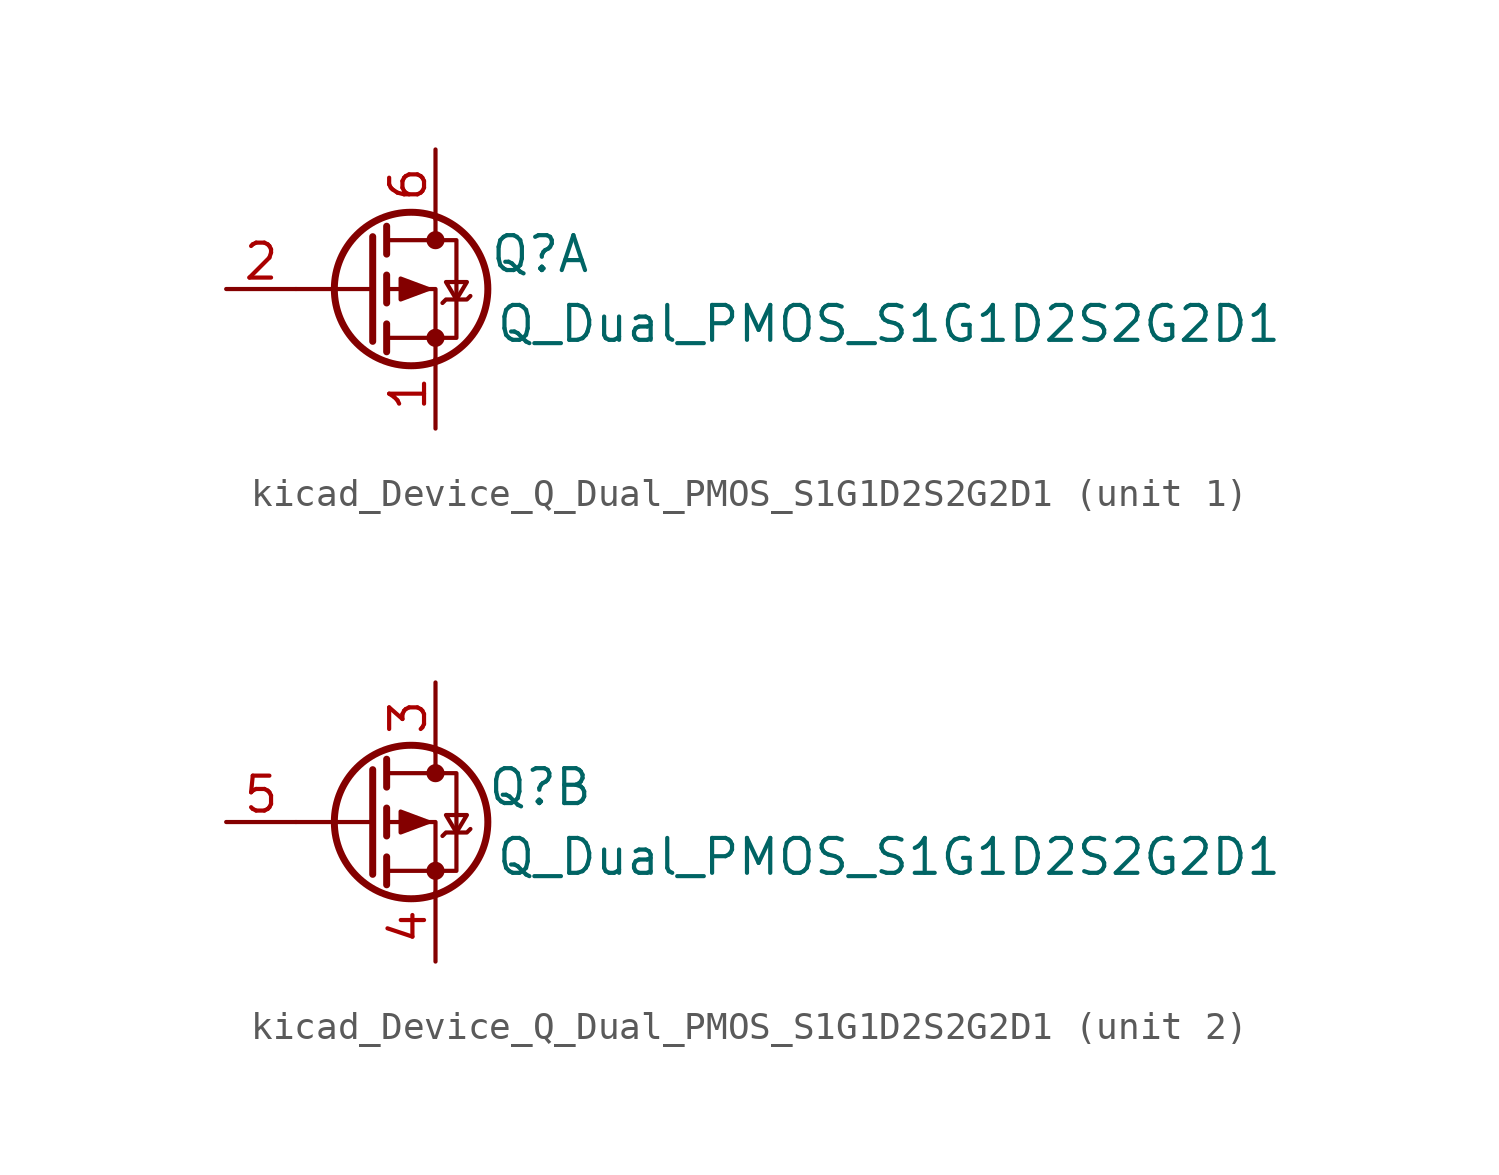
<source format=kicad_sym>
(kicad_symbol_lib
  (version 20220914)
  (generator kicad_symbol_editor)
  (symbol "kicad_Device_Q_Dual_PMOS_S1G1D2S2G2D1"
    (pin_names
      (offset 0) hide)
    (property "Reference" "Q"
      (at 6.35 1.27 0)
      (effects (font (size 1.27 1.27))))
    (property "Value" "Q_Dual_PMOS_S1G1D2S2G2D1"
      (at 19.05 -1.27 0)
      (effects (font (size 1.27 1.27))))
    (symbol "kicad_Device_Q_Dual_PMOS_S1G1D2S2G2D1_0_1"
      (polyline (pts (xy 0.254 0) (xy -2.54 0)) (stroke (width 0) (type default)) (fill (type none)))
      (polyline (pts (xy 0.254 1.905) (xy 0.254 -1.905)) (stroke (width 0.254) (type default)) (fill (type none)))
      (polyline (pts (xy 0.762 -1.27) (xy 0.762 -2.286)) (stroke (width 0.254) (type default)) (fill (type none)))
      (polyline (pts (xy 0.762 0.508) (xy 0.762 -0.508)) (stroke (width 0.254) (type default)) (fill (type none)))
      (polyline (pts (xy 0.762 2.286) (xy 0.762 1.27)) (stroke (width 0.254) (type default)) (fill (type none)))
      (polyline (pts (xy 2.54 2.54) (xy 2.54 1.778)) (stroke (width 0) (type default)) (fill (type none)))
      (polyline (pts (xy 2.54 -2.54) (xy 2.54 0) (xy 0.762 0)) (stroke (width 0) (type default)) (fill (type none)))
      (polyline (pts (xy 0.762 1.778) (xy 3.302 1.778) (xy 3.302 -1.778) (xy 0.762 -1.778)) (stroke (width 0) (type default)) (fill (type none)))
      (polyline (pts (xy 2.286 0) (xy 1.27 0.381) (xy 1.27 -0.381) (xy 2.286 0)) (stroke (width 0) (type default)) (fill (type outline)))
      (polyline (pts (xy 2.794 -0.508) (xy 2.921 -0.381) (xy 3.683 -0.381) (xy 3.81 -0.254)) (stroke (width 0) (type default)) (fill (type none)))
      (polyline (pts (xy 3.302 -0.381) (xy 2.921 0.254) (xy 3.683 0.254) (xy 3.302 -0.381)) (stroke (width 0) (type default)) (fill (type none)))
      (circle (center 1.651 0) (radius 2.794) (stroke (width 0.254) (type default)) (fill (type none)))
      (circle (center 2.54 -1.778) (radius 0.254) (stroke (width 0) (type default)) (fill (type outline)))
      (circle (center 2.54 1.778) (radius 0.254) (stroke (width 0) (type default)) (fill (type outline))))
    (symbol "kicad_Device_Q_Dual_PMOS_S1G1D2S2G2D1_1_1"
      (pin passive line (at 2.54 -5.08 90) (length 2.54) (name "S" (effects (font (size 1.27 1.27)))) (number "1" (effects (font (size 1.27 1.27)))))
      (pin input line (at -5.08 0 0) (length 2.54) (name "G" (effects (font (size 1.27 1.27)))) (number "2" (effects (font (size 1.27 1.27)))))
      (pin passive line (at 2.54 5.08 270) (length 2.54) (name "D" (effects (font (size 1.27 1.27)))) (number "6" (effects (font (size 1.27 1.27))))))
    (symbol "kicad_Device_Q_Dual_PMOS_S1G1D2S2G2D1_2_1"
      (pin passive line (at 2.54 5.08 270) (length 2.54) (name "D" (effects (font (size 1.27 1.27)))) (number "3" (effects (font (size 1.27 1.27)))))
      (pin passive line (at 2.54 -5.08 90) (length 2.54) (name "S" (effects (font (size 1.27 1.27)))) (number "4" (effects (font (size 1.27 1.27)))))
      (pin input line (at -5.08 0 0) (length 2.54) (name "G" (effects (font (size 1.27 1.27)))) (number "5" (effects (font (size 1.27 1.27))))))))
</source>
